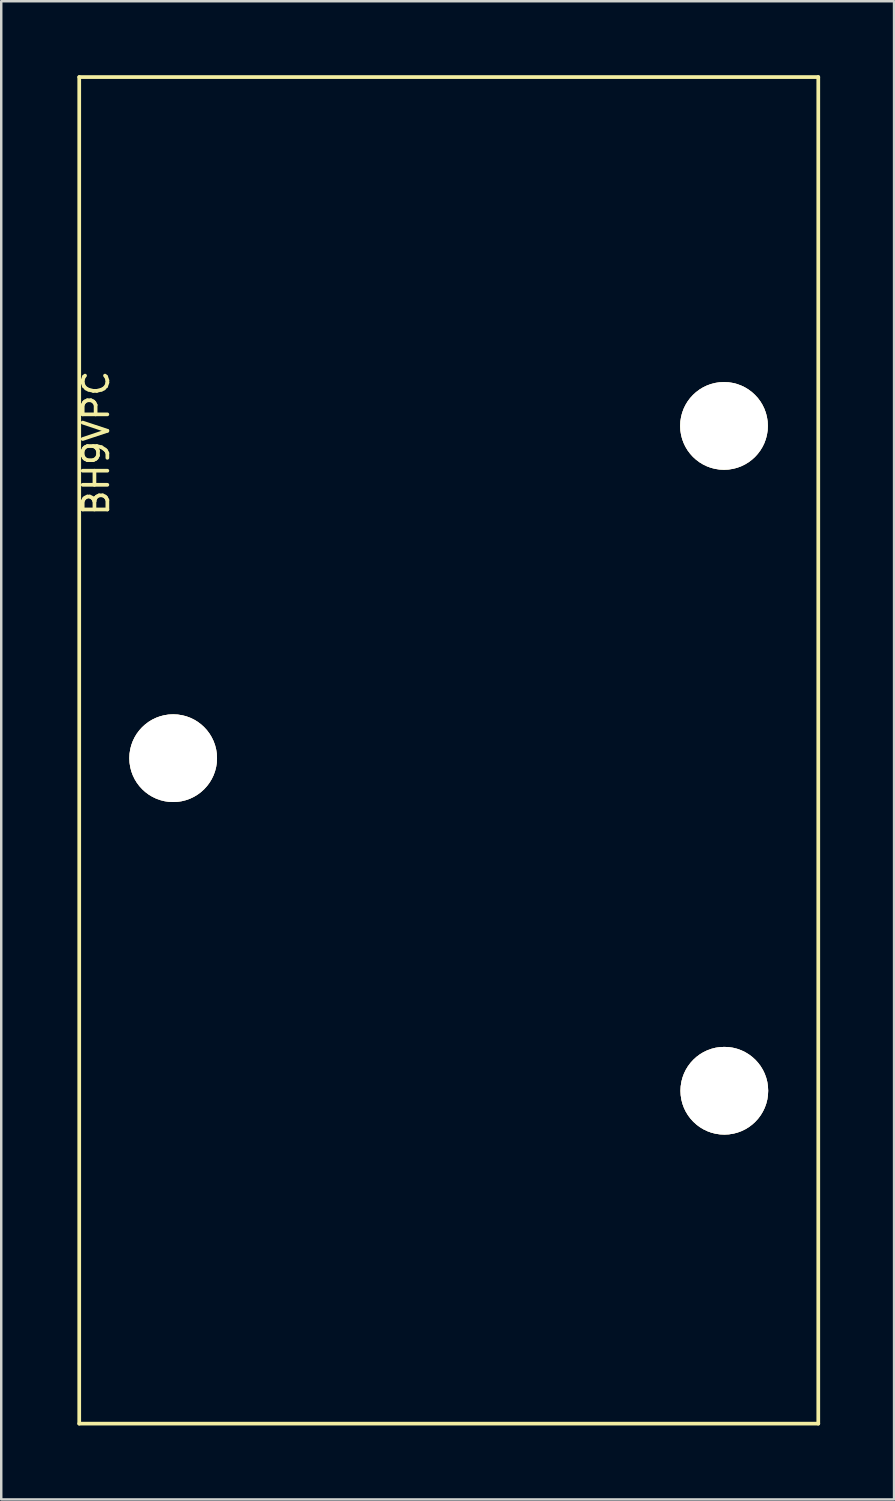
<source format=kicad_pcb>
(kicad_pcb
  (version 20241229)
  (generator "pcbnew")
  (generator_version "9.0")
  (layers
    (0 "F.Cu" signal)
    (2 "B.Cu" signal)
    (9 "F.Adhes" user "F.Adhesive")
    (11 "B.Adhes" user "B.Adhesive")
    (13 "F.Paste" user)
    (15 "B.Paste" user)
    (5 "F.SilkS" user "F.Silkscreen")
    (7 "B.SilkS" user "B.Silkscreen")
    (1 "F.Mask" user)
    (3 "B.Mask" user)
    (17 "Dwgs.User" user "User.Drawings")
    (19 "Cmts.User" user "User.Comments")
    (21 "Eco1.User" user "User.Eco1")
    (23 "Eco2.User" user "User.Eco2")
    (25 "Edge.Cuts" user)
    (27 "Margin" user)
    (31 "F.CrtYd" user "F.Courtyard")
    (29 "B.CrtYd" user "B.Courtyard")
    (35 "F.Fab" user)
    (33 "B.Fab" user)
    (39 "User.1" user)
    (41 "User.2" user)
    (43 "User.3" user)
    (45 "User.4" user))
  (footprint "BH9VPC"
    (layer "F.Cu")
    (at 14.425 24.637)
    (property "Reference" "BH9VPC" (at -13.576 -9.716 90) (layer "F.SilkS") (effects (font (size 1 1) (thickness 0.15))))
    (attr through_hole)
    (fp_line (start -14.262 -24.562) (end -14.262 30.048) (stroke (width 0.15) (type solid)) (layer "F.SilkS"))
    (fp_line (start -14.262 30.048) (end 15.71 30.048) (stroke (width 0.15) (type solid)) (layer "F.SilkS"))
    (fp_line (start 11.532 16.548) (end 12.713 16.548) (stroke (width 0.15) (type solid)) (layer "F.SilkS"))
    (fp_line (start 15.71 -24.562) (end -14.262 -24.562) (stroke (width 0.15) (type solid)) (layer "F.SilkS"))
    (fp_line (start 15.71 30.048) (end 15.71 -24.562) (stroke (width 0.15) (type solid)) (layer "F.SilkS"))
    (pad "1" thru_hole circle (at 11.887 -10.414) (size 3.556 3.556) (drill 3.556) (layers "*.Cu" "*.Mask" "F.SilkS"))
    (pad "2" thru_hole circle (at -10.452 3.061) (size 3.556 3.556) (drill 3.556) (layers "*.Cu" "*.Mask" "F.SilkS"))
    (pad "4" thru_hole circle (at 11.9 16.548) (size 3.556 3.556) (drill 3.556) (layers "*.Cu" "*.Mask" "F.SilkS")))
  (gr_rect
    (start -3 -3)
    (end 33.209 57.76)
    (stroke (width 0.1) (type default))
    (fill no)
    (layer "Edge.Cuts")))
</source>
